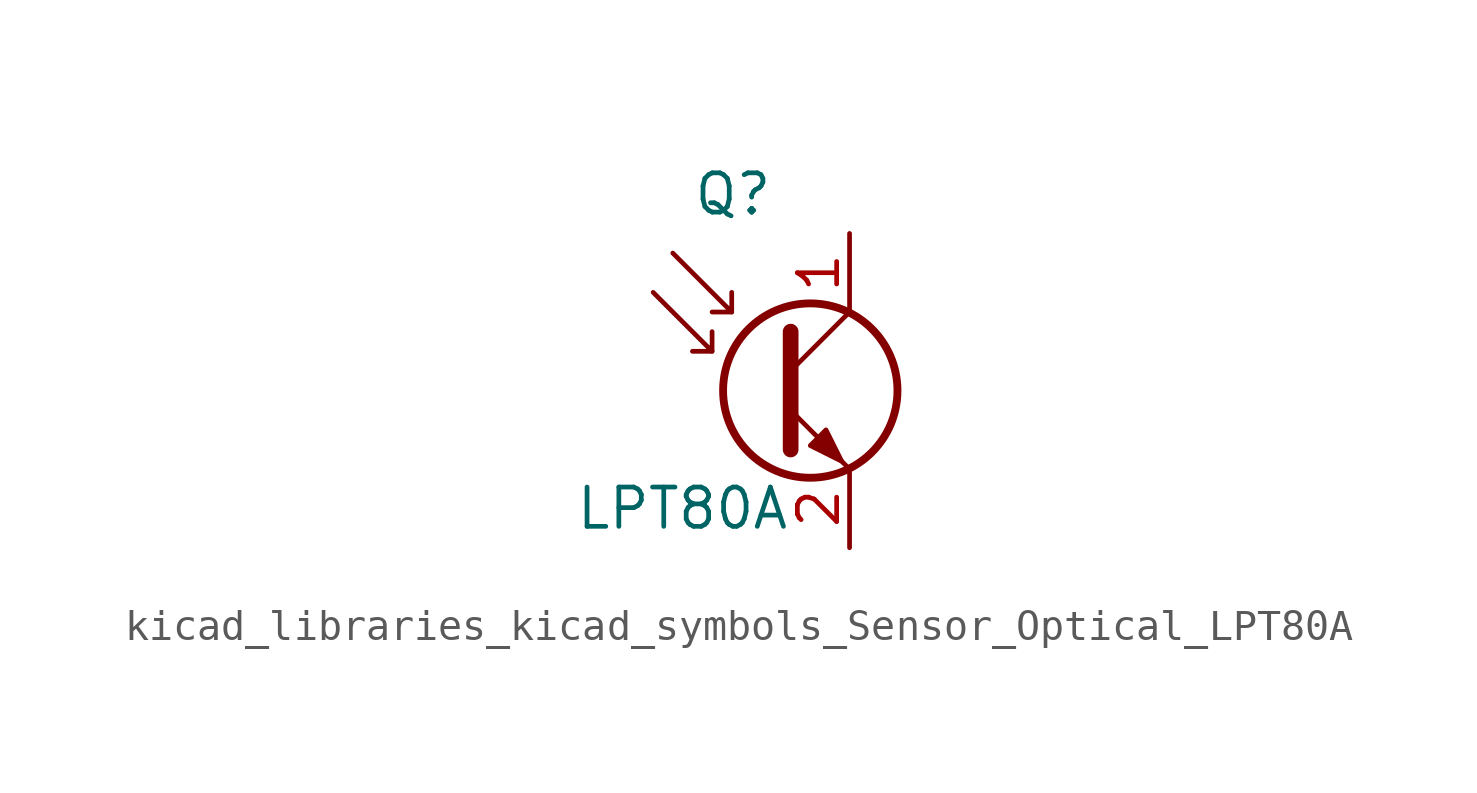
<source format=kicad_sym>
(kicad_symbol_lib
  (version 20220914)
  (generator kicad_symbol_editor)
  (symbol "kicad_libraries_kicad_symbols_Sensor_Optical_LPT80A"
    (pin_names hide)
    (property "Reference" "Q"
      (at -5.08 6.35 0)
      (effects (font (size 1.27 1.27)) (justify left)))
    (property "Value" "LPT80A"
      (at -8.89 -3.81 0)
      (effects (font (size 1.27 1.27)) (justify left)))
    (symbol "kicad_libraries_kicad_symbols_Sensor_Optical_LPT80A_0_1"
      (circle (center -1.27 0) (radius 2.819) (stroke (width 0.254) (type default)) (fill (type none)))
      (polyline (pts (xy -4.445 1.27) (xy -5.08 1.27)) (stroke (width 0) (type default)) (fill (type none)))
      (polyline (pts (xy -3.81 2.54) (xy -4.445 2.54)) (stroke (width 0) (type default)) (fill (type none)))
      (polyline (pts (xy -1.905 0.635) (xy 0 2.54)) (stroke (width 0) (type default)) (fill (type none)))
      (polyline (pts (xy -6.35 3.175) (xy -4.445 1.27) (xy -4.445 1.905)) (stroke (width 0) (type default)) (fill (type none)))
      (polyline (pts (xy -5.715 4.445) (xy -3.81 2.54) (xy -3.81 3.175)) (stroke (width 0) (type default)) (fill (type none)))
      (polyline (pts (xy -1.905 -0.635) (xy 0 -2.54) (xy 0 -2.54)) (stroke (width 0) (type default)) (fill (type none)))
      (polyline (pts (xy -1.905 1.905) (xy -1.905 -1.905) (xy -1.905 -1.905)) (stroke (width 0.508) (type default)) (fill (type none)))
      (polyline (pts (xy -1.27 -1.778) (xy -0.762 -1.27) (xy -0.254 -2.286) (xy -1.27 -1.778) (xy -1.27 -1.778)) (stroke (width 0) (type default)) (fill (type outline))))
    (symbol "kicad_libraries_kicad_symbols_Sensor_Optical_LPT80A_1_1"
      (pin passive line (at 0 5.08 270) (length 2.54) (name "C" (effects (font (size 1.27 1.27)))) (number "1" (effects (font (size 1.27 1.27)))))
      (pin passive line (at 0 -5.08 90) (length 2.54) (name "E" (effects (font (size 1.27 1.27)))) (number "2" (effects (font (size 1.27 1.27))))))))
</source>
